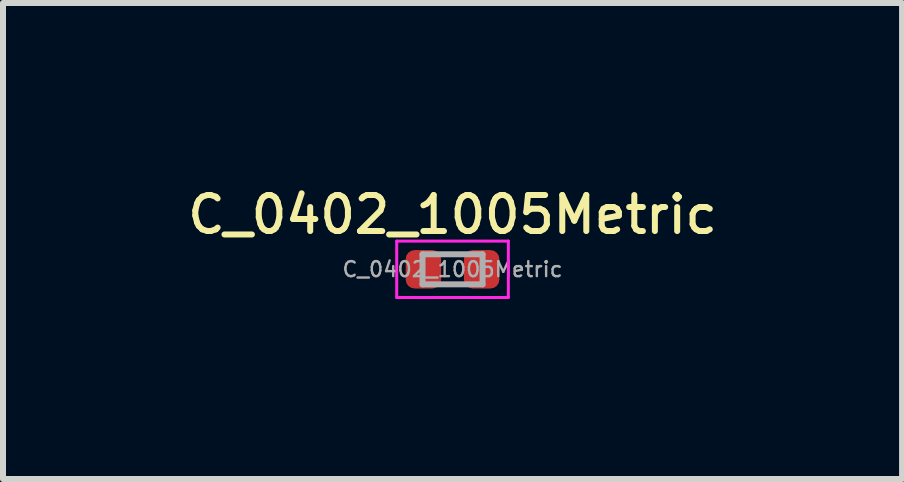
<source format=kicad_pcb>
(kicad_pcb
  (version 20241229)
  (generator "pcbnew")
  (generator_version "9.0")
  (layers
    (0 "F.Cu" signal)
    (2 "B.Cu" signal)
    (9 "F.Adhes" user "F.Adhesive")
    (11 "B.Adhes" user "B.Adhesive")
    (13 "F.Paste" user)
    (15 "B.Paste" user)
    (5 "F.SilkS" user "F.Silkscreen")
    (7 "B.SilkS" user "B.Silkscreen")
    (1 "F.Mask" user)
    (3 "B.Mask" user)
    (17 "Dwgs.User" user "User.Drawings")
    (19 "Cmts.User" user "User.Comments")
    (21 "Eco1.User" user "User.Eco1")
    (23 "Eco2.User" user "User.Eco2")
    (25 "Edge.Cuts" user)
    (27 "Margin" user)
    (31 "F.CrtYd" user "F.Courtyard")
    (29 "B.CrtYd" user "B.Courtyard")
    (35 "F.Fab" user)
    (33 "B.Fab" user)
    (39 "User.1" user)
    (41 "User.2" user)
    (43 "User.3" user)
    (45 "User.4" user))
  (footprint "C_0402_1005Metric"
    (layer "F.Cu")
    (at 4.49 1.437)
    (property "Reference" "C_0402_1005Metric" (at 0 -0.91 0) (layer "F.SilkS") (effects (font (size 0.6 0.6) (thickness 0.1))))
    (attr smd)
    (fp_line (start -0.93 -0.47) (end 0.93 -0.47) (stroke (width 0.05) (type solid)) (layer "F.CrtYd"))
    (fp_line (start -0.93 0.47) (end -0.93 -0.47) (stroke (width 0.05) (type solid)) (layer "F.CrtYd"))
    (fp_line (start 0.93 -0.47) (end 0.93 0.47) (stroke (width 0.05) (type solid)) (layer "F.CrtYd"))
    (fp_line (start 0.93 0.47) (end -0.93 0.47) (stroke (width 0.05) (type solid)) (layer "F.CrtYd"))
    (fp_line (start -0.5 -0.25) (end 0.5 -0.25) (stroke (width 0.1) (type solid)) (layer "F.Fab"))
    (fp_line (start -0.5 0.25) (end -0.5 -0.25) (stroke (width 0.1) (type solid)) (layer "F.Fab"))
    (fp_line (start 0.5 -0.25) (end 0.5 0.25) (stroke (width 0.1) (type solid)) (layer "F.Fab"))
    (fp_line (start 0.5 0.25) (end -0.5 0.25) (stroke (width 0.1) (type solid)) (layer "F.Fab"))
    (fp_text user "${REFERENCE}" (at 0 0 0) (layer "F.Fab") (effects (font (size 0.25 0.25) (thickness 0.04))))
    (pad "1" smd roundrect (at -0.485 0) (size 0.59 0.64) (layers "F.Cu" "F.Mask" "F.Paste") (roundrect_rratio 0.25))
    (pad "2" smd roundrect (at 0.485 0) (size 0.59 0.64) (layers "F.Cu" "F.Mask" "F.Paste") (roundrect_rratio 0.25)))
  (gr_rect
    (start -3 -3)
    (end 11.98 4.931)
    (stroke (width 0.1) (type default))
    (fill no)
    (layer "Edge.Cuts")))
</source>
